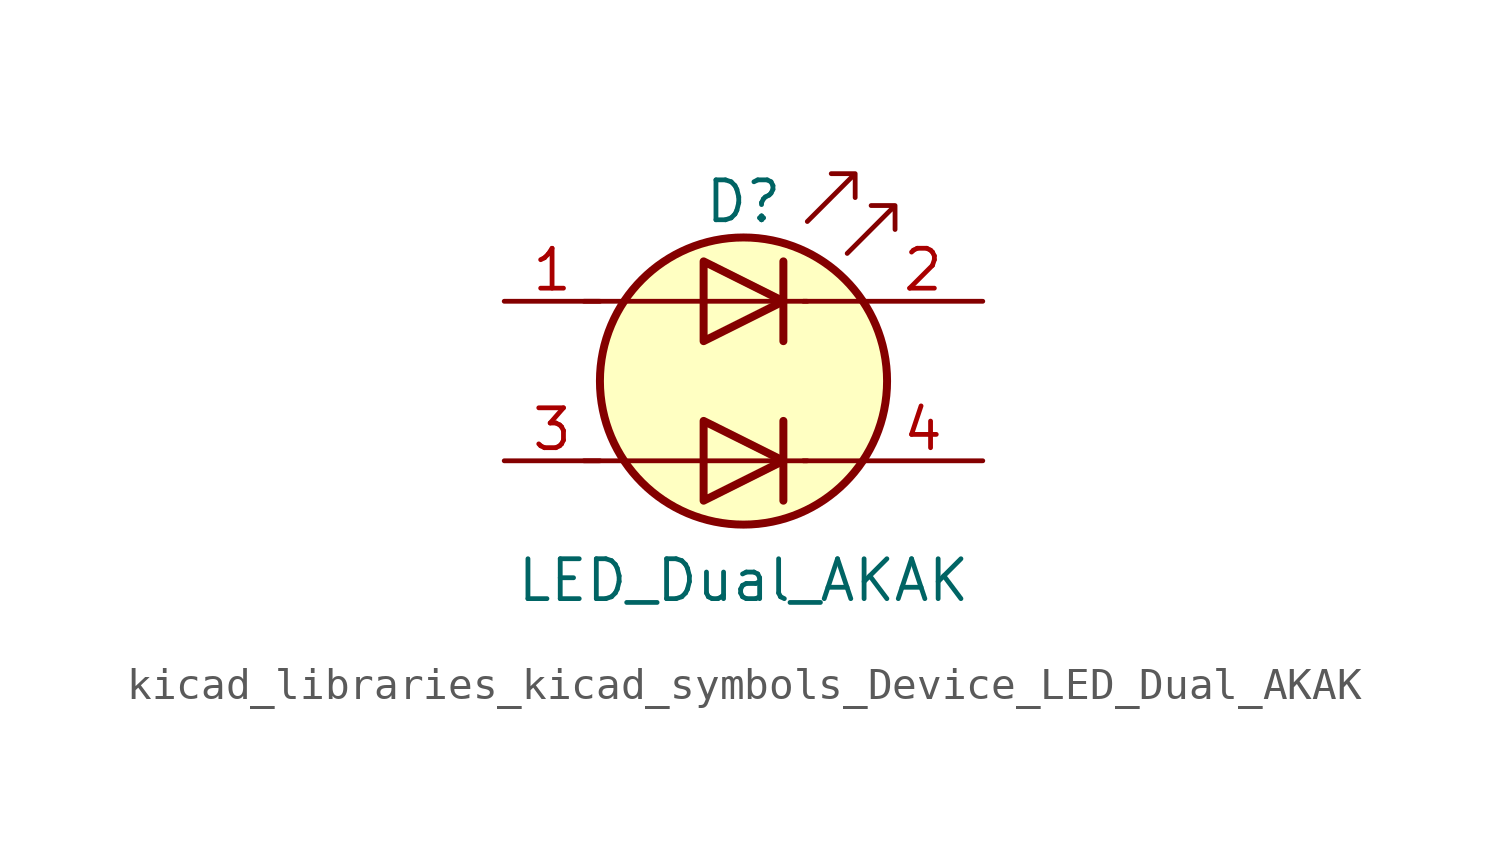
<source format=kicad_sym>
(kicad_symbol_lib
  (version 20220914)
  (generator kicad_symbol_editor)
  (symbol "kicad_libraries_kicad_symbols_Device_LED_Dual_AKAK"
    (pin_names
      (offset 0) hide)
    (property "Reference" "D"
      (at 0 5.715 0)
      (effects (font (size 1.27 1.27))))
    (property "Value" "LED_Dual_AKAK"
      (at 0 -6.35 0)
      (effects (font (size 1.27 1.27))))
    (symbol "kicad_libraries_kicad_symbols_Device_LED_Dual_AKAK_0_1"
      (polyline (pts (xy -5.08 -2.54) (xy 2.032 -2.54)) (stroke (width 0) (type default)) (fill (type none)))
      (polyline (pts (xy -5.08 2.54) (xy 2.032 2.54)) (stroke (width 0) (type default)) (fill (type none)))
      (polyline (pts (xy 1.27 -1.27) (xy 1.27 -3.81)) (stroke (width 0.254) (type default)) (fill (type none)))
      (polyline (pts (xy 1.27 3.81) (xy 1.27 1.27)) (stroke (width 0.254) (type default)) (fill (type none)))
      (polyline (pts (xy 3.81 -2.54) (xy 1.905 -2.54)) (stroke (width 0) (type default)) (fill (type none)))
      (polyline (pts (xy 3.81 2.54) (xy 1.905 2.54)) (stroke (width 0) (type default)) (fill (type none)))
      (polyline (pts (xy -1.27 -1.27) (xy -1.27 -3.81) (xy 1.27 -2.54) (xy -1.27 -1.27)) (stroke (width 0.254) (type default)) (fill (type none)))
      (polyline (pts (xy -1.27 3.81) (xy -1.27 1.27) (xy 1.27 2.54) (xy -1.27 3.81)) (stroke (width 0.254) (type default)) (fill (type none)))
      (polyline (pts (xy 2.032 5.08) (xy 3.556 6.604) (xy 2.794 6.604) (xy 3.556 6.604) (xy 3.556 5.842)) (stroke (width 0) (type default)) (fill (type none)))
      (polyline (pts (xy 3.302 4.064) (xy 4.826 5.588) (xy 4.064 5.588) (xy 4.826 5.588) (xy 4.826 4.826)) (stroke (width 0) (type default)) (fill (type none)))
      (circle (center 0 0) (radius 4.572) (stroke (width 0.254) (type default)) (fill (type background))))
    (symbol "kicad_libraries_kicad_symbols_Device_LED_Dual_AKAK_1_1"
      (pin input line (at -7.62 2.54 0) (length 3.048) (name "A1" (effects (font (size 1.27 1.27)))) (number "1" (effects (font (size 1.27 1.27)))))
      (pin input line (at 7.62 2.54 180) (length 3.81) (name "K1" (effects (font (size 1.27 1.27)))) (number "2" (effects (font (size 1.27 1.27)))))
      (pin input line (at -7.62 -2.54 0) (length 3.048) (name "A2" (effects (font (size 1.27 1.27)))) (number "3" (effects (font (size 1.27 1.27)))))
      (pin input line (at 7.62 -2.54 180) (length 3.81) (name "K2" (effects (font (size 1.27 1.27)))) (number "4" (effects (font (size 1.27 1.27))))))))
</source>
